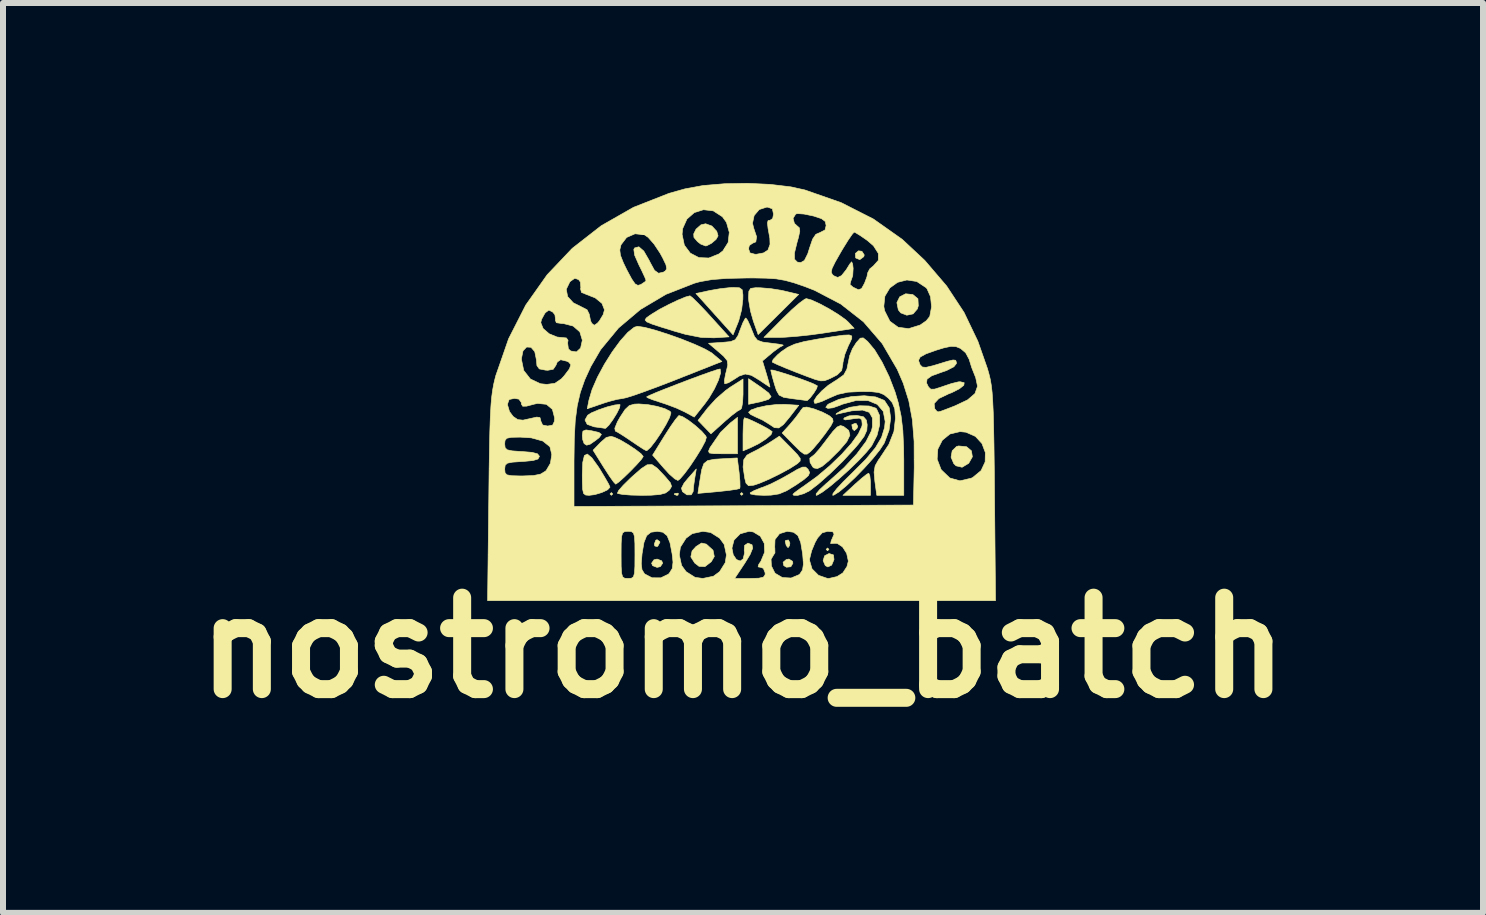
<source format=kicad_pcb>
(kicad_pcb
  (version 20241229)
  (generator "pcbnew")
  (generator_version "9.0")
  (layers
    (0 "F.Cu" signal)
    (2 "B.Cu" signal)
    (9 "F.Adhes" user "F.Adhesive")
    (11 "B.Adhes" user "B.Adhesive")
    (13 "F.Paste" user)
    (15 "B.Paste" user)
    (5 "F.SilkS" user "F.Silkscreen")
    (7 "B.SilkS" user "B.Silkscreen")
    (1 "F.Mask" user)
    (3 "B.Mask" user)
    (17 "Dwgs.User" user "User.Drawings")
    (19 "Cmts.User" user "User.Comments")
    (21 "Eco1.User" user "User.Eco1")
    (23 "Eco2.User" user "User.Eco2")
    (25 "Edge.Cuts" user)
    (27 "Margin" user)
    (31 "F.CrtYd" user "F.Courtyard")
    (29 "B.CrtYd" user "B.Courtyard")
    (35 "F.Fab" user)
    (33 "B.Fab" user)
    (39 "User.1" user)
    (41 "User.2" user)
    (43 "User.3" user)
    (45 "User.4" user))
  (footprint "nostromo_batch"
    (layer "F.Cu")
    (at 9.333 7.745)
    (property "Reference" "nostromo_batch" (at 0 0 0) (layer "F.SilkS") (effects (font (size 1.524 1.524) (thickness 0.3))))
    (attr through_hole)
    (fp_poly (pts (xy -2.171 -2.563) (xy -2.194 -2.54) (xy -2.217 -2.563) (xy -2.194 -2.586) (xy -2.171 -2.563)) (stroke (width 0.01) (type solid)) (fill yes) (layer "F.SilkS"))
    (fp_poly (pts (xy 0 -2.563) (xy -0.023 -2.54) (xy -0.046 -2.563) (xy -0.023 -2.586) (xy 0 -2.563)) (stroke (width 0.01) (type solid)) (fill yes) (layer "F.SilkS"))
    (fp_poly (pts (xy 1.432 -1.639) (xy 1.409 -1.616) (xy 1.385 -1.639) (xy 1.409 -1.663) (xy 1.432 -1.639)) (stroke (width 0.01) (type solid)) (fill yes) (layer "F.SilkS"))
    (fp_poly (pts (xy -1.078 -2.571) (xy -1.084 -2.543) (xy -1.108 -2.54) (xy -1.146 -2.557) (xy -1.139 -2.571) (xy -1.084 -2.576) (xy -1.078 -2.571)) (stroke (width 0.01) (type solid)) (fill yes) (layer "F.SilkS"))
    (fp_poly (pts (xy 0.781 -1.745) (xy 0.775 -1.702) (xy 0.75 -1.668) (xy 0.72 -1.703) (xy 0.703 -1.771) (xy 0.711 -1.789) (xy 0.757 -1.796) (xy 0.781 -1.745)) (stroke (width 0.01) (type solid)) (fill yes) (layer "F.SilkS"))
    (fp_poly (pts (xy 1.889 -3.734) (xy 1.912 -3.689) (xy 1.898 -3.655) (xy 1.854 -3.618) (xy 1.825 -3.647) (xy 1.813 -3.717) (xy 1.867 -3.739) (xy 1.889 -3.734)) (stroke (width 0.01) (type solid)) (fill yes) (layer "F.SilkS"))
    (fp_poly (pts (xy -1.387 -1.768) (xy -1.385 -1.758) (xy -1.419 -1.695) (xy -1.432 -1.686) (xy -1.471 -1.696) (xy -1.478 -1.729) (xy -1.454 -1.792) (xy -1.432 -1.801) (xy -1.387 -1.768)) (stroke (width 0.01) (type solid)) (fill yes) (layer "F.SilkS"))
    (fp_poly (pts (xy -1.356 -1.449) (xy -1.339 -1.409) (xy -1.378 -1.352) (xy -1.432 -1.339) (xy -1.507 -1.368) (xy -1.524 -1.409) (xy -1.485 -1.465) (xy -1.432 -1.478) (xy -1.356 -1.449)) (stroke (width 0.01) (type solid)) (fill yes) (layer "F.SilkS"))
    (fp_poly (pts (xy 0.306 -4.337) (xy 0.428 -4.245) (xy 0.468 -4.183) (xy 0.423 -4.139) (xy 0.291 -4.099) (xy 0.242 -4.089) (xy 0.092 -4.057) (xy 0.092 -4.484) (xy 0.306 -4.337)) (stroke (width 0.01) (type solid)) (fill yes) (layer "F.SilkS"))
    (fp_poly (pts (xy 0.824 -1.441) (xy 0.831 -1.409) (xy 0.797 -1.35) (xy 0.724 -1.342) (xy 0.679 -1.369) (xy 0.668 -1.425) (xy 0.721 -1.47) (xy 0.765 -1.478) (xy 0.824 -1.441)) (stroke (width 0.01) (type solid)) (fill yes) (layer "F.SilkS"))
    (fp_poly (pts (xy 1.981 -6.607) (xy 2.02 -6.547) (xy 2.012 -6.517) (xy 1.946 -6.468) (xy 1.882 -6.494) (xy 1.876 -6.502) (xy 1.873 -6.572) (xy 1.924 -6.615) (xy 1.981 -6.607)) (stroke (width 0.01) (type solid)) (fill yes) (layer "F.SilkS"))
    (fp_poly (pts (xy 1.507 -1.547) (xy 1.516 -1.47) (xy 1.477 -1.377) (xy 1.414 -1.347) (xy 1.371 -1.369) (xy 1.335 -1.452) (xy 1.36 -1.533) (xy 1.433 -1.57) (xy 1.435 -1.57) (xy 1.507 -1.547)) (stroke (width 0.01) (type solid)) (fill yes) (layer "F.SilkS"))
    (fp_poly (pts (xy 2.113 -2.868) (xy 2.124 -2.766) (xy 2.124 -2.725) (xy 2.124 -2.54) (xy 1.665 -2.54) (xy 1.865 -2.725) (xy 1.977 -2.824) (xy 2.062 -2.891) (xy 2.095 -2.909) (xy 2.113 -2.868)) (stroke (width 0.01) (type solid)) (fill yes) (layer "F.SilkS"))
    (fp_poly (pts (xy -0.092 -3.233) (xy -0.348 -3.233) (xy -0.493 -3.235) (xy -0.562 -3.246) (xy -0.575 -3.277) (xy -0.549 -3.337) (xy -0.549 -3.337) (xy -0.374 -3.591) (xy -0.211 -3.747) (xy -0.092 -3.84) (xy -0.092 -3.233)) (stroke (width 0.01) (type solid)) (fill yes) (layer "F.SilkS"))
    (fp_poly (pts (xy -0.805 -2.823) (xy -0.823 -2.697) (xy -0.831 -2.606) (xy -0.831 -2.603) (xy -0.863 -2.549) (xy -0.935 -2.548) (xy -1.009 -2.601) (xy -1.026 -2.659) (xy -0.983 -2.743) (xy -0.919 -2.82) (xy -0.779 -2.979) (xy -0.805 -2.823)) (stroke (width 0.01) (type solid)) (fill yes) (layer "F.SilkS"))
    (fp_poly (pts (xy -0.612 -1.727) (xy -0.5 -1.625) (xy -0.479 -1.52) (xy -0.529 -1.434) (xy -0.635 -1.352) (xy -0.734 -1.357) (xy -0.805 -1.412) (xy -0.87 -1.514) (xy -0.849 -1.614) (xy -0.782 -1.688) (xy -0.691 -1.745) (xy -0.612 -1.727)) (stroke (width 0.01) (type solid)) (fill yes) (layer "F.SilkS"))
    (fp_poly (pts (xy 2.83 -5.886) (xy 2.915 -5.816) (xy 2.921 -5.699) (xy 2.905 -5.646) (xy 2.834 -5.564) (xy 2.729 -5.542) (xy 2.628 -5.581) (xy 2.588 -5.631) (xy 2.564 -5.751) (xy 2.611 -5.848) (xy 2.71 -5.899) (xy 2.83 -5.886)) (stroke (width 0.01) (type solid)) (fill yes) (layer "F.SilkS"))
    (fp_poly (pts (xy 3.725 -3.35) (xy 3.806 -3.282) (xy 3.822 -3.182) (xy 3.761 -3.074) (xy 3.651 -3.008) (xy 3.55 -3.032) (xy 3.512 -3.069) (xy 3.467 -3.176) (xy 3.486 -3.283) (xy 3.559 -3.354) (xy 3.593 -3.363) (xy 3.725 -3.35)) (stroke (width 0.01) (type solid)) (fill yes) (layer "F.SilkS"))
    (fp_poly (pts (xy -2.528 -3.617) (xy -2.402 -3.588) (xy -2.36 -3.555) (xy -2.395 -3.505) (xy -2.448 -3.462) (xy -2.548 -3.392) (xy -2.606 -3.376) (xy -2.648 -3.402) (xy -2.672 -3.468) (xy -2.679 -3.539) (xy -2.668 -3.61) (xy -2.618 -3.63) (xy -2.528 -3.617)) (stroke (width 0.01) (type solid)) (fill yes) (layer "F.SilkS"))
    (fp_poly (pts (xy -0.519 -7.028) (xy -0.438 -6.94) (xy -0.416 -6.864) (xy -0.45 -6.805) (xy -0.528 -6.739) (xy -0.607 -6.699) (xy -0.623 -6.696) (xy -0.705 -6.727) (xy -0.759 -6.769) (xy -0.818 -6.838) (xy -0.822 -6.897) (xy -0.783 -6.976) (xy -0.701 -7.048) (xy -0.623 -7.066) (xy -0.519 -7.028)) (stroke (width 0.01) (type solid)) (fill yes) (layer "F.SilkS"))
    (fp_poly (pts (xy -0.06 -5.999) (xy -0.014 -5.966) (xy -0.002 -5.881) (xy -0.003 -5.807) (xy -0.023 -5.635) (xy -0.071 -5.452) (xy -0.086 -5.413) (xy -0.166 -5.215) (xy -0.475 -5.559) (xy -0.785 -5.904) (xy -0.552 -5.954) (xy -0.379 -5.984) (xy -0.215 -6.002) (xy -0.159 -6.004) (xy -0.06 -5.999)) (stroke (width 0.01) (type solid)) (fill yes) (layer "F.SilkS"))
    (fp_poly (pts (xy 0 -4.225) (xy -0.007 -4.086) (xy -0.024 -3.994) (xy -0.041 -3.972) (xy -0.094 -3.943) (xy -0.193 -3.868) (xy -0.309 -3.768) (xy -0.535 -3.565) (xy -0.75 -3.788) (xy -0.586 -3.999) (xy -0.449 -4.149) (xy -0.287 -4.29) (xy -0.211 -4.344) (xy 0 -4.478) (xy 0 -4.225)) (stroke (width 0.01) (type solid)) (fill yes) (layer "F.SilkS"))
    (fp_poly (pts (xy 0.289 -5.999) (xy 0.461 -5.985) (xy 0.651 -5.954) (xy 0.706 -5.941) (xy 0.927 -5.888) (xy 0.59 -5.554) (xy 0.252 -5.219) (xy 0.172 -5.444) (xy 0.124 -5.613) (xy 0.096 -5.779) (xy 0.092 -5.837) (xy 0.097 -5.941) (xy 0.128 -5.989) (xy 0.21 -6) (xy 0.289 -5.999)) (stroke (width 0.01) (type solid)) (fill yes) (layer "F.SilkS"))
    (fp_poly (pts (xy 0.086 -3.813) (xy 0.195 -3.764) (xy 0.319 -3.702) (xy 0.426 -3.643) (xy 0.484 -3.603) (xy 0.486 -3.6) (xy 0.467 -3.552) (xy 0.385 -3.481) (xy 0.261 -3.401) (xy 0.127 -3.335) (xy 0 -3.281) (xy 0 -3.557) (xy 0.004 -3.703) (xy 0.013 -3.803) (xy 0.024 -3.833) (xy 0.086 -3.813)) (stroke (width 0.01) (type solid)) (fill yes) (layer "F.SilkS"))
    (fp_poly (pts (xy -0.065 -2.919) (xy -0.052 -2.779) (xy -0.05 -2.681) (xy -0.055 -2.654) (xy -0.107 -2.641) (xy -0.227 -2.623) (xy -0.39 -2.605) (xy -0.413 -2.603) (xy -0.752 -2.572) (xy -0.718 -2.793) (xy -0.689 -2.966) (xy -0.653 -3.068) (xy -0.59 -3.119) (xy -0.479 -3.141) (xy -0.368 -3.148) (xy -0.096 -3.163) (xy -0.065 -2.919)) (stroke (width 0.01) (type solid)) (fill yes) (layer "F.SilkS"))
    (fp_poly (pts (xy 0.708 -4.055) (xy 0.929 -4.041) (xy 0.778 -3.845) (xy 0.673 -3.719) (xy 0.596 -3.663) (xy 0.523 -3.668) (xy 0.439 -3.724) (xy 0.323 -3.795) (xy 0.219 -3.842) (xy 0.129 -3.886) (xy 0.092 -3.924) (xy 0.134 -3.963) (xy 0.242 -4.002) (xy 0.391 -4.034) (xy 0.553 -4.053) (xy 0.705 -4.056) (xy 0.708 -4.055)) (stroke (width 0.01) (type solid)) (fill yes) (layer "F.SilkS"))
    (fp_poly (pts (xy -2.519 -3.165) (xy -2.412 -3.016) (xy -2.382 -2.969) (xy -2.299 -2.831) (xy -2.239 -2.726) (xy -2.217 -2.676) (xy -2.256 -2.633) (xy -2.353 -2.587) (xy -2.471 -2.552) (xy -2.565 -2.54) (xy -2.623 -2.545) (xy -2.657 -2.571) (xy -2.673 -2.64) (xy -2.678 -2.769) (xy -2.679 -2.886) (xy -2.671 -3.09) (xy -2.644 -3.203) (xy -2.595 -3.228) (xy -2.519 -3.165)) (stroke (width 0.01) (type solid)) (fill yes) (layer "F.SilkS"))
    (fp_poly (pts (xy -2.049 -4.05) (xy -2.057 -4.001) (xy -2.103 -3.908) (xy -2.169 -3.801) (xy -2.237 -3.708) (xy -2.289 -3.658) (xy -2.298 -3.656) (xy -2.364 -3.666) (xy -2.476 -3.681) (xy -2.482 -3.682) (xy -2.597 -3.723) (xy -2.634 -3.795) (xy -2.589 -3.875) (xy -2.528 -3.914) (xy -2.4 -3.968) (xy -2.26 -4.015) (xy -2.136 -4.046) (xy -2.059 -4.054) (xy -2.049 -4.05)) (stroke (width 0.01) (type solid)) (fill yes) (layer "F.SilkS"))
    (fp_poly (pts (xy 1.141 -5.795) (xy 1.277 -5.733) (xy 1.435 -5.648) (xy 1.588 -5.554) (xy 1.709 -5.468) (xy 1.753 -5.428) (xy 1.852 -5.323) (xy 1.368 -5.248) (xy 1.131 -5.215) (xy 0.896 -5.19) (xy 0.697 -5.175) (xy 0.616 -5.172) (xy 0.349 -5.172) (xy 0.67 -5.496) (xy 0.813 -5.634) (xy 0.937 -5.742) (xy 1.026 -5.807) (xy 1.054 -5.819) (xy 1.141 -5.795)) (stroke (width 0.01) (type solid)) (fill yes) (layer "F.SilkS"))
    (fp_poly (pts (xy -2.144 -3.508) (xy -2.038 -3.458) (xy -1.911 -3.383) (xy -1.789 -3.302) (xy -1.698 -3.231) (xy -1.663 -3.187) (xy -1.693 -3.141) (xy -1.77 -3.054) (xy -1.872 -2.948) (xy -1.979 -2.844) (xy -2.069 -2.763) (xy -2.12 -2.727) (xy -2.123 -2.727) (xy -2.158 -2.764) (xy -2.226 -2.86) (xy -2.314 -2.996) (xy -2.323 -3.01) (xy -2.499 -3.292) (xy -2.375 -3.421) (xy -2.28 -3.504) (xy -2.201 -3.523) (xy -2.144 -3.508)) (stroke (width 0.01) (type solid)) (fill yes) (layer "F.SilkS"))
    (fp_poly (pts (xy -0.842 -5.833) (xy -0.753 -5.746) (xy -0.632 -5.62) (xy -0.543 -5.523) (xy -0.233 -5.181) (xy -0.483 -5.165) (xy -0.7 -5.172) (xy -0.956 -5.222) (xy -1.128 -5.271) (xy -1.361 -5.343) (xy -1.516 -5.394) (xy -1.604 -5.431) (xy -1.632 -5.462) (xy -1.613 -5.495) (xy -1.555 -5.538) (xy -1.509 -5.568) (xy -1.388 -5.642) (xy -1.236 -5.721) (xy -1.083 -5.794) (xy -0.956 -5.846) (xy -0.884 -5.865) (xy -0.842 -5.833)) (stroke (width 0.01) (type solid)) (fill yes) (layer "F.SilkS"))
    (fp_poly (pts (xy 1.674 -3.689) (xy 1.761 -3.622) (xy 1.781 -3.541) (xy 1.73 -3.435) (xy 1.607 -3.291) (xy 1.588 -3.272) (xy 1.43 -3.116) (xy 1.318 -3.023) (xy 1.24 -2.986) (xy 1.183 -2.996) (xy 1.162 -3.013) (xy 1.117 -3.089) (xy 1.113 -3.159) (xy 1.148 -3.187) (xy 1.192 -3.221) (xy 1.273 -3.313) (xy 1.374 -3.443) (xy 1.387 -3.461) (xy 1.495 -3.602) (xy 1.569 -3.679) (xy 1.624 -3.703) (xy 1.674 -3.689)) (stroke (width 0.01) (type solid)) (fill yes) (layer "F.SilkS"))
    (fp_poly (pts (xy -1.431 -2.993) (xy -1.314 -2.87) (xy -1.287 -2.84) (xy -1.21 -2.748) (xy -1.191 -2.689) (xy -1.223 -2.633) (xy -1.235 -2.621) (xy -1.292 -2.579) (xy -1.384 -2.554) (xy -1.533 -2.542) (xy -1.69 -2.54) (xy -1.868 -2.544) (xy -2.008 -2.555) (xy -2.086 -2.57) (xy -2.094 -2.575) (xy -2.073 -2.62) (xy -1.996 -2.708) (xy -1.879 -2.823) (xy -1.842 -2.857) (xy -1.697 -2.984) (xy -1.598 -3.049) (xy -1.517 -3.052) (xy -1.431 -2.993)) (stroke (width 0.01) (type solid)) (fill yes) (layer "F.SilkS"))
    (fp_poly (pts (xy -1.007 -3.851) (xy -0.906 -3.788) (xy -0.792 -3.7) (xy -0.688 -3.607) (xy -0.622 -3.531) (xy -0.611 -3.507) (xy -0.63 -3.441) (xy -0.691 -3.325) (xy -0.779 -3.182) (xy -0.877 -3.034) (xy -0.973 -2.904) (xy -1.05 -2.814) (xy -1.085 -2.788) (xy -1.137 -2.814) (xy -1.227 -2.893) (xy -1.319 -2.993) (xy -1.507 -3.21) (xy -1.307 -3.533) (xy -1.21 -3.684) (xy -1.128 -3.801) (xy -1.075 -3.864) (xy -1.067 -3.87) (xy -1.007 -3.851)) (stroke (width 0.01) (type solid)) (fill yes) (layer "F.SilkS"))
    (fp_poly (pts (xy -0.374 -4.58) (xy -0.409 -4.461) (xy -0.477 -4.314) (xy -0.566 -4.163) (xy -0.634 -4.069) (xy -0.813 -3.844) (xy -0.972 -3.93) (xy -1.112 -3.995) (xy -1.289 -4.061) (xy -1.377 -4.09) (xy -1.508 -4.133) (xy -1.591 -4.167) (xy -1.607 -4.181) (xy -1.556 -4.207) (xy -1.439 -4.257) (xy -1.276 -4.322) (xy -1.085 -4.396) (xy -0.886 -4.472) (xy -0.697 -4.542) (xy -0.537 -4.599) (xy -0.426 -4.636) (xy -0.381 -4.646) (xy -0.374 -4.58)) (stroke (width 0.01) (type solid)) (fill yes) (layer "F.SilkS"))
    (fp_poly (pts (xy 0.799 -3.331) (xy 0.905 -3.221) (xy 0.953 -3.155) (xy 0.952 -3.112) (xy 0.909 -3.071) (xy 0.901 -3.065) (xy 0.783 -2.989) (xy 0.617 -2.899) (xy 0.436 -2.81) (xy 0.274 -2.741) (xy 0.179 -2.709) (xy 0.092 -2.7) (xy 0.049 -2.744) (xy 0.029 -2.823) (xy 0.001 -3.011) (xy 0.012 -3.133) (xy 0.065 -3.209) (xy 0.127 -3.244) (xy 0.248 -3.305) (xy 0.392 -3.388) (xy 0.43 -3.412) (xy 0.606 -3.526) (xy 0.799 -3.331)) (stroke (width 0.01) (type solid)) (fill yes) (layer "F.SilkS"))
    (fp_poly (pts (xy 1.043 -3.011) (xy 1.081 -2.977) (xy 1.087 -2.968) (xy 1.11 -2.92) (xy 1.091 -2.871) (xy 1.018 -2.806) (xy 0.885 -2.714) (xy 0.727 -2.617) (xy 0.601 -2.564) (xy 0.465 -2.543) (xy 0.349 -2.54) (xy 0.205 -2.546) (xy 0.125 -2.562) (xy 0.118 -2.581) (xy 0.188 -2.621) (xy 0.305 -2.667) (xy 0.328 -2.674) (xy 0.458 -2.727) (xy 0.624 -2.811) (xy 0.762 -2.888) (xy 0.905 -2.972) (xy 0.992 -3.011) (xy 1.043 -3.011)) (stroke (width 0.01) (type solid)) (fill yes) (layer "F.SilkS"))
    (fp_poly (pts (xy 0.502 -4.626) (xy 0.603 -4.598) (xy 0.745 -4.554) (xy 0.902 -4.501) (xy 1.052 -4.447) (xy 1.171 -4.4) (xy 1.235 -4.367) (xy 1.239 -4.365) (xy 1.227 -4.321) (xy 1.179 -4.243) (xy 1.118 -4.164) (xy 1.07 -4.12) (xy 1.062 -4.119) (xy 1.007 -4.127) (xy 0.891 -4.142) (xy 0.813 -4.152) (xy 0.677 -4.173) (xy 0.602 -4.21) (xy 0.557 -4.288) (xy 0.525 -4.387) (xy 0.488 -4.517) (xy 0.466 -4.609) (xy 0.463 -4.629) (xy 0.502 -4.626)) (stroke (width 0.01) (type solid)) (fill yes) (layer "F.SilkS"))
    (fp_poly (pts (xy -1.588 -4.052) (xy -1.433 -4.023) (xy -1.3 -3.983) (xy -1.216 -3.94) (xy -1.201 -3.915) (xy -1.224 -3.837) (xy -1.285 -3.718) (xy -1.368 -3.58) (xy -1.458 -3.447) (xy -1.54 -3.341) (xy -1.6 -3.287) (xy -1.612 -3.284) (xy -1.662 -3.311) (xy -1.762 -3.376) (xy -1.858 -3.441) (xy -1.986 -3.527) (xy -2.087 -3.59) (xy -2.128 -3.611) (xy -2.137 -3.658) (xy -2.094 -3.764) (xy -2.048 -3.845) (xy -1.965 -3.971) (xy -1.895 -4.036) (xy -1.81 -4.06) (xy -1.737 -4.063) (xy -1.588 -4.052)) (stroke (width 0.01) (type solid)) (fill yes) (layer "F.SilkS"))
    (fp_poly (pts (xy 1.178 -3.982) (xy 1.184 -3.98) (xy 1.323 -3.927) (xy 1.435 -3.868) (xy 1.449 -3.858) (xy 1.493 -3.816) (xy 1.501 -3.771) (xy 1.464 -3.699) (xy 1.378 -3.578) (xy 1.372 -3.569) (xy 1.267 -3.433) (xy 1.17 -3.318) (xy 1.121 -3.267) (xy 1.068 -3.227) (xy 1.02 -3.227) (xy 0.953 -3.275) (xy 0.846 -3.381) (xy 0.843 -3.384) (xy 0.652 -3.579) (xy 0.783 -3.724) (xy 0.877 -3.837) (xy 0.949 -3.934) (xy 0.96 -3.952) (xy 1.001 -4.003) (xy 1.063 -4.011) (xy 1.178 -3.982)) (stroke (width 0.01) (type solid)) (fill yes) (layer "F.SilkS"))
    (fp_poly (pts (xy -1.638 -5.339) (xy -1.458 -5.291) (xy -1.243 -5.222) (xy -1.017 -5.141) (xy -0.805 -5.056) (xy -0.631 -4.976) (xy -0.518 -4.911) (xy -0.511 -4.904) (xy -0.352 -4.771) (xy -1.128 -4.464) (xy -1.384 -4.365) (xy -1.616 -4.279) (xy -1.807 -4.211) (xy -1.943 -4.168) (xy -2.003 -4.155) (xy -2.101 -4.139) (xy -2.246 -4.101) (xy -2.348 -4.068) (xy -2.596 -3.983) (xy -2.568 -4.127) (xy -2.515 -4.305) (xy -2.426 -4.509) (xy -2.311 -4.723) (xy -2.181 -4.93) (xy -2.047 -5.113) (xy -1.921 -5.255) (xy -1.813 -5.341) (xy -1.759 -5.357) (xy -1.638 -5.339)) (stroke (width 0.01) (type solid)) (fill yes) (layer "F.SilkS"))
    (fp_poly (pts (xy 1.812 -5.196) (xy 1.812 -5.154) (xy 1.781 -5.085) (xy 1.756 -5.036) (xy 1.697 -4.89) (xy 1.665 -4.752) (xy 1.663 -4.721) (xy 1.644 -4.621) (xy 1.571 -4.549) (xy 1.499 -4.511) (xy 1.417 -4.472) (xy 1.356 -4.45) (xy 1.292 -4.448) (xy 1.206 -4.47) (xy 1.075 -4.518) (xy 0.892 -4.588) (xy 0.719 -4.657) (xy 0.581 -4.715) (xy 0.498 -4.754) (xy 0.486 -4.763) (xy 0.502 -4.805) (xy 0.575 -4.881) (xy 0.636 -4.933) (xy 0.742 -5.006) (xy 0.862 -5.06) (xy 1.02 -5.103) (xy 1.243 -5.144) (xy 1.261 -5.147) (xy 1.506 -5.186) (xy 1.671 -5.209) (xy 1.769 -5.213) (xy 1.812 -5.196)) (stroke (width 0.01) (type solid)) (fill yes) (layer "F.SilkS"))
    (fp_poly (pts (xy 1.899 -3.871) (xy 2.008 -3.849) (xy 2.055 -3.794) (xy 2.069 -3.716) (xy 2.063 -3.623) (xy 2.018 -3.523) (xy 1.923 -3.395) (xy 1.861 -3.323) (xy 1.664 -3.11) (xy 1.455 -2.906) (xy 1.258 -2.731) (xy 1.11 -2.617) (xy 1.013 -2.568) (xy 0.913 -2.54) (xy 0.844 -2.541) (xy 0.831 -2.557) (xy 0.866 -2.59) (xy 0.954 -2.654) (xy 1.007 -2.69) (xy 1.231 -2.852) (xy 1.447 -3.034) (xy 1.643 -3.223) (xy 1.806 -3.405) (xy 1.923 -3.566) (xy 1.982 -3.693) (xy 1.986 -3.726) (xy 1.978 -3.801) (xy 1.939 -3.827) (xy 1.841 -3.817) (xy 1.813 -3.812) (xy 1.705 -3.797) (xy 1.676 -3.811) (xy 1.691 -3.833) (xy 1.77 -3.865) (xy 1.89 -3.872) (xy 1.899 -3.871)) (stroke (width 0.01) (type solid)) (fill yes) (layer "F.SilkS"))
    (fp_poly (pts (xy 2.1 -4.029) (xy 2.211 -3.994) (xy 2.225 -3.982) (xy 2.275 -3.872) (xy 2.277 -3.715) (xy 2.233 -3.539) (xy 2.147 -3.371) (xy 2.145 -3.367) (xy 2.054 -3.256) (xy 1.923 -3.117) (xy 1.768 -2.967) (xy 1.605 -2.82) (xy 1.452 -2.691) (xy 1.323 -2.594) (xy 1.237 -2.544) (xy 1.22 -2.54) (xy 1.219 -2.566) (xy 1.278 -2.636) (xy 1.386 -2.736) (xy 1.422 -2.766) (xy 1.683 -3.001) (xy 1.895 -3.229) (xy 2.051 -3.438) (xy 2.141 -3.617) (xy 2.156 -3.683) (xy 2.156 -3.831) (xy 2.104 -3.923) (xy 1.991 -3.961) (xy 1.811 -3.948) (xy 1.616 -3.905) (xy 1.549 -3.889) (xy 1.557 -3.904) (xy 1.639 -3.953) (xy 1.78 -4.007) (xy 1.945 -4.033) (xy 2.1 -4.029)) (stroke (width 0.01) (type solid)) (fill yes) (layer "F.SilkS"))
    (fp_poly (pts (xy 2.21 -4.18) (xy 2.348 -4.125) (xy 2.358 -4.118) (xy 2.436 -3.999) (xy 2.461 -3.827) (xy 2.433 -3.623) (xy 2.354 -3.412) (xy 2.281 -3.3) (xy 2.166 -3.156) (xy 2.025 -2.999) (xy 1.874 -2.843) (xy 1.727 -2.704) (xy 1.603 -2.6) (xy 1.515 -2.545) (xy 1.495 -2.54) (xy 1.499 -2.569) (xy 1.56 -2.648) (xy 1.669 -2.765) (xy 1.815 -2.909) (xy 1.816 -2.91) (xy 2.046 -3.14) (xy 2.207 -3.334) (xy 2.309 -3.506) (xy 2.359 -3.67) (xy 2.369 -3.77) (xy 2.337 -3.939) (xy 2.237 -4.056) (xy 2.083 -4.119) (xy 1.886 -4.121) (xy 1.658 -4.059) (xy 1.613 -4.04) (xy 1.498 -3.999) (xy 1.414 -3.989) (xy 1.379 -4.007) (xy 1.41 -4.051) (xy 1.433 -4.066) (xy 1.601 -4.141) (xy 1.807 -4.186) (xy 2.019 -4.2) (xy 2.21 -4.18)) (stroke (width 0.01) (type solid)) (fill yes) (layer "F.SilkS"))
    (fp_poly (pts (xy 0.077 -5.456) (xy 0.122 -5.357) (xy 0.145 -5.299) (xy 0.191 -5.186) (xy 0.242 -5.124) (xy 0.328 -5.094) (xy 0.466 -5.076) (xy 0.594 -5.06) (xy 0.665 -5.046) (xy 0.67 -5.04) (xy 0.608 -5.007) (xy 0.509 -4.935) (xy 0.474 -4.906) (xy 0.324 -4.78) (xy 0.391 -4.56) (xy 0.427 -4.436) (xy 0.447 -4.357) (xy 0.448 -4.344) (xy 0.408 -4.369) (xy 0.318 -4.429) (xy 0.277 -4.457) (xy 0.139 -4.54) (xy 0.036 -4.562) (xy -0.066 -4.527) (xy -0.146 -4.475) (xy -0.241 -4.417) (xy -0.301 -4.399) (xy -0.306 -4.401) (xy -0.31 -4.456) (xy -0.29 -4.565) (xy -0.28 -4.602) (xy -0.254 -4.712) (xy -0.264 -4.786) (xy -0.323 -4.858) (xy -0.402 -4.927) (xy -0.575 -5.074) (xy -0.345 -5.089) (xy -0.207 -5.102) (xy -0.13 -5.133) (xy -0.083 -5.204) (xy -0.048 -5.299) (xy -0.002 -5.417) (xy 0.036 -5.487) (xy 0.047 -5.496) (xy 0.077 -5.456)) (stroke (width 0.01) (type solid)) (fill yes) (layer "F.SilkS"))
    (fp_poly (pts (xy 2.076 -5.105) (xy 2.077 -5.104) (xy 2.193 -4.965) (xy 2.317 -4.761) (xy 2.435 -4.518) (xy 2.534 -4.261) (xy 2.586 -4.087) (xy 2.634 -3.864) (xy 2.663 -3.624) (xy 2.676 -3.338) (xy 2.679 -3.133) (xy 2.679 -2.54) (xy 2.229 -2.54) (xy 2.197 -2.775) (xy 2.184 -2.928) (xy 2.202 -3.033) (xy 2.258 -3.131) (xy 2.277 -3.156) (xy 2.431 -3.39) (xy 2.515 -3.604) (xy 2.54 -3.823) (xy 2.529 -3.98) (xy 2.487 -4.085) (xy 2.421 -4.16) (xy 2.345 -4.22) (xy 2.258 -4.254) (xy 2.133 -4.268) (xy 1.97 -4.27) (xy 1.747 -4.259) (xy 1.577 -4.222) (xy 1.44 -4.163) (xy 1.314 -4.105) (xy 1.219 -4.075) (xy 1.192 -4.075) (xy 1.182 -4.114) (xy 1.228 -4.189) (xy 1.314 -4.282) (xy 1.421 -4.374) (xy 1.531 -4.445) (xy 1.546 -4.453) (xy 1.679 -4.547) (xy 1.731 -4.643) (xy 1.76 -4.783) (xy 1.777 -4.866) (xy 1.824 -4.984) (xy 1.888 -5.085) (xy 1.954 -5.159) (xy 2.003 -5.164) (xy 2.076 -5.105)) (stroke (width 0.01) (type solid)) (fill yes) (layer "F.SilkS"))
    (fp_poly (pts (xy 0.454 -7.722) (xy 0.797 -7.681) (xy 1.031 -7.629) (xy 1.635 -7.418) (xy 2.173 -7.145) (xy 2.653 -6.806) (xy 3.028 -6.456) (xy 3.393 -6.029) (xy 3.684 -5.587) (xy 3.914 -5.107) (xy 4.072 -4.656) (xy 4.098 -4.565) (xy 4.12 -4.475) (xy 4.137 -4.376) (xy 4.151 -4.257) (xy 4.161 -4.109) (xy 4.17 -3.92) (xy 4.176 -3.681) (xy 4.182 -3.38) (xy 4.187 -3.008) (xy 4.191 -2.555) (xy 4.191 -2.552) (xy 4.208 -0.785) (xy -4.257 -0.785) (xy -4.248 -1.547) (xy -2.032 -1.547) (xy -2.031 -1.357) (xy -2.024 -1.241) (xy -2.006 -1.181) (xy -1.972 -1.158) (xy -1.917 -1.155) (xy -1.861 -1.158) (xy -1.827 -1.181) (xy -1.809 -1.242) (xy -1.802 -1.359) (xy -1.802 -1.402) (xy -1.696 -1.402) (xy -1.684 -1.301) (xy -1.643 -1.234) (xy -1.639 -1.23) (xy -1.517 -1.166) (xy -1.371 -1.165) (xy -1.244 -1.226) (xy -1.228 -1.243) (xy -1.179 -1.321) (xy -1.167 -1.426) (xy -1.179 -1.547) (xy -1.062 -1.547) (xy -1.024 -1.371) (xy -0.949 -1.268) (xy -0.799 -1.173) (xy -0.67 -1.155) (xy -0.493 -1.192) (xy -0.39 -1.268) (xy -0.296 -1.418) (xy -0.277 -1.547) (xy -0.301 -1.661) (xy -0.185 -1.661) (xy -0.163 -1.548) (xy -0.11 -1.47) (xy -0.046 -1.445) (xy 0.002 -1.481) (xy 0.026 -1.581) (xy 0.02 -1.624) (xy 0.026 -1.706) (xy 0.082 -1.743) (xy 0.15 -1.716) (xy 0.161 -1.659) (xy 0.118 -1.554) (xy 0.03 -1.41) (xy -0.139 -1.155) (xy 0.115 -1.155) (xy 0.262 -1.159) (xy 0.339 -1.176) (xy 0.367 -1.214) (xy 0.369 -1.247) (xy 0.339 -1.323) (xy 0.298 -1.339) (xy 0.251 -1.348) (xy 0.262 -1.389) (xy 0.298 -1.442) (xy 0.311 -1.474) (xy 0.467 -1.474) (xy 0.473 -1.363) (xy 0.527 -1.253) (xy 0.538 -1.239) (xy 0.656 -1.17) (xy 0.801 -1.162) (xy 0.93 -1.216) (xy 0.948 -1.231) (xy 0.992 -1.297) (xy 1.006 -1.392) (xy 1.002 -1.457) (xy 1.108 -1.457) (xy 1.15 -1.315) (xy 1.258 -1.207) (xy 1.405 -1.156) (xy 1.432 -1.155) (xy 1.567 -1.186) (xy 1.663 -1.247) (xy 1.732 -1.353) (xy 1.755 -1.444) (xy 1.727 -1.574) (xy 1.658 -1.681) (xy 1.57 -1.739) (xy 1.519 -1.74) (xy 1.46 -1.736) (xy 1.47 -1.785) (xy 1.479 -1.803) (xy 1.518 -1.894) (xy 1.495 -1.933) (xy 1.409 -1.94) (xy 1.319 -1.915) (xy 1.243 -1.83) (xy 1.202 -1.757) (xy 1.143 -1.615) (xy 1.111 -1.486) (xy 1.108 -1.457) (xy 1.002 -1.457) (xy 0.995 -1.545) (xy 0.993 -1.566) (xy 0.961 -1.756) (xy 0.914 -1.87) (xy 0.841 -1.925) (xy 0.735 -1.94) (xy 0.609 -1.901) (xy 0.533 -1.804) (xy 0.528 -1.674) (xy 0.53 -1.665) (xy 0.532 -1.58) (xy 0.51 -1.548) (xy 0.467 -1.474) (xy 0.311 -1.474) (xy 0.36 -1.592) (xy 0.354 -1.739) (xy 0.288 -1.859) (xy 0.171 -1.93) (xy 0.1 -1.94) (xy -0.047 -1.899) (xy -0.15 -1.795) (xy -0.185 -1.661) (xy -0.301 -1.661) (xy -0.315 -1.723) (xy -0.39 -1.826) (xy -0.54 -1.921) (xy -0.67 -1.94) (xy -0.846 -1.902) (xy -0.949 -1.826) (xy -1.044 -1.676) (xy -1.062 -1.547) (xy -1.179 -1.547) (xy -1.18 -1.555) (xy -1.217 -1.749) (xy -1.265 -1.867) (xy -1.336 -1.925) (xy -1.428 -1.94) (xy -1.535 -1.925) (xy -1.606 -1.868) (xy -1.651 -1.754) (xy -1.683 -1.565) (xy -1.696 -1.402) (xy -1.802 -1.402) (xy -1.801 -1.547) (xy -1.802 -1.737) (xy -1.809 -1.853) (xy -1.827 -1.913) (xy -1.861 -1.936) (xy -1.917 -1.94) (xy -1.972 -1.936) (xy -2.007 -1.913) (xy -2.024 -1.852) (xy -2.031 -1.736) (xy -2.032 -1.547) (xy -4.248 -1.547) (xy -4.237 -2.482) (xy -4.232 -2.931) (xy -4.226 -3.298) (xy -4.224 -3.397) (xy -3.972 -3.397) (xy -3.965 -3.334) (xy -3.931 -3.299) (xy -3.849 -3.281) (xy -3.697 -3.27) (xy -3.683 -3.27) (xy -3.516 -3.256) (xy -3.425 -3.232) (xy -3.395 -3.193) (xy -3.394 -3.187) (xy -3.418 -3.145) (xy -3.5 -3.12) (xy -3.656 -3.105) (xy -3.683 -3.104) (xy -3.841 -3.093) (xy -3.927 -3.076) (xy -3.964 -3.042) (xy -3.972 -2.982) (xy -3.972 -2.977) (xy -3.966 -2.916) (xy -3.936 -2.882) (xy -3.859 -2.867) (xy -3.716 -2.863) (xy -3.671 -2.863) (xy -3.49 -2.87) (xy -3.373 -2.894) (xy -3.294 -2.942) (xy -3.279 -2.956) (xy -3.21 -3.074) (xy -3.205 -3.107) (xy -2.817 -3.107) (xy -2.817 -2.355) (xy 2.84 -2.378) (xy 2.853 -3.01) (xy 2.852 -3.142) (xy 3.235 -3.142) (xy 3.299 -2.975) (xy 3.307 -2.963) (xy 3.447 -2.829) (xy 3.615 -2.782) (xy 3.802 -2.825) (xy 3.829 -2.838) (xy 3.967 -2.952) (xy 4.035 -3.097) (xy 4.038 -3.254) (xy 3.982 -3.403) (xy 3.873 -3.522) (xy 3.715 -3.592) (xy 3.617 -3.602) (xy 3.448 -3.562) (xy 3.321 -3.458) (xy 3.246 -3.31) (xy 3.235 -3.142) (xy 2.852 -3.142) (xy 2.851 -3.438) (xy 2.822 -3.798) (xy 2.763 -4.114) (xy 2.67 -4.409) (xy 2.57 -4.64) (xy 2.483 -4.789) (xy 2.924 -4.789) (xy 2.949 -4.72) (xy 2.953 -4.713) (xy 2.989 -4.678) (xy 3.05 -4.673) (xy 3.161 -4.699) (xy 3.245 -4.724) (xy 3.407 -4.774) (xy 3.5 -4.796) (xy 3.543 -4.791) (xy 3.555 -4.76) (xy 3.556 -4.736) (xy 3.513 -4.682) (xy 3.396 -4.622) (xy 3.302 -4.589) (xy 3.145 -4.532) (xy 3.067 -4.477) (xy 3.058 -4.413) (xy 3.091 -4.345) (xy 3.129 -4.309) (xy 3.194 -4.31) (xy 3.312 -4.348) (xy 3.334 -4.356) (xy 3.474 -4.403) (xy 3.589 -4.431) (xy 3.619 -4.433) (xy 3.686 -4.417) (xy 3.679 -4.374) (xy 3.606 -4.316) (xy 3.48 -4.252) (xy 3.425 -4.231) (xy 3.263 -4.153) (xy 3.185 -4.069) (xy 3.195 -3.983) (xy 3.217 -3.956) (xy 3.234 -3.938) (xy 3.253 -3.931) (xy 3.296 -3.941) (xy 3.382 -3.973) (xy 3.534 -4.032) (xy 3.534 -4.032) (xy 3.743 -4.131) (xy 3.865 -4.236) (xy 3.908 -4.358) (xy 3.877 -4.505) (xy 3.867 -4.528) (xy 3.811 -4.669) (xy 3.771 -4.798) (xy 3.769 -4.806) (xy 3.71 -4.916) (xy 3.625 -4.988) (xy 3.548 -5.019) (xy 3.464 -5.023) (xy 3.344 -4.997) (xy 3.223 -4.96) (xy 3.049 -4.898) (xy 2.953 -4.845) (xy 2.924 -4.789) (xy 2.483 -4.789) (xy 2.319 -5.07) (xy 2.007 -5.432) (xy 1.679 -5.689) (xy 2.346 -5.689) (xy 2.36 -5.615) (xy 2.448 -5.441) (xy 2.586 -5.341) (xy 2.759 -5.318) (xy 2.952 -5.378) (xy 3.054 -5.449) (xy 3.112 -5.521) (xy 3.142 -5.682) (xy 3.125 -5.85) (xy 3.066 -5.983) (xy 3.049 -6.002) (xy 2.895 -6.104) (xy 2.731 -6.129) (xy 2.576 -6.09) (xy 2.447 -5.997) (xy 2.364 -5.859) (xy 2.346 -5.689) (xy 1.679 -5.689) (xy 1.631 -5.727) (xy 1.191 -5.957) (xy 1.024 -6.022) (xy 0.845 -6.083) (xy 0.698 -6.123) (xy 0.554 -6.148) (xy 0.385 -6.159) (xy 0.164 -6.163) (xy 0.046 -6.162) (xy -0.27 -6.155) (xy -0.517 -6.136) (xy -0.716 -6.101) (xy -0.808 -6.076) (xy -1.284 -5.89) (xy -1.709 -5.638) (xy -2.075 -5.329) (xy -2.373 -4.968) (xy -2.537 -4.686) (xy -2.638 -4.465) (xy -2.712 -4.255) (xy -2.763 -4.035) (xy -2.796 -3.786) (xy -2.812 -3.486) (xy -2.817 -3.115) (xy -2.817 -3.107) (xy -3.205 -3.107) (xy -3.187 -3.219) (xy -3.217 -3.345) (xy -3.222 -3.353) (xy -3.337 -3.445) (xy -3.529 -3.498) (xy -3.715 -3.51) (xy -3.861 -3.507) (xy -3.938 -3.491) (xy -3.967 -3.453) (xy -3.972 -3.397) (xy -4.224 -3.397) (xy -4.22 -3.595) (xy -4.212 -3.831) (xy -4.202 -4.019) (xy -4.2 -4.048) (xy -3.925 -4.048) (xy -3.892 -3.936) (xy -3.831 -3.854) (xy -3.754 -3.802) (xy -3.667 -3.793) (xy -3.554 -3.818) (xy -3.438 -3.844) (xy -3.385 -3.837) (xy -3.371 -3.792) (xy -3.371 -3.78) (xy -3.34 -3.712) (xy -3.256 -3.695) (xy -3.173 -3.71) (xy -3.143 -3.774) (xy -3.14 -3.83) (xy -3.177 -3.973) (xy -3.277 -4.057) (xy -3.424 -4.072) (xy -3.479 -4.06) (xy -3.608 -4.026) (xy -3.672 -4.025) (xy -3.693 -4.059) (xy -3.695 -4.087) (xy -3.735 -4.143) (xy -3.81 -4.156) (xy -3.898 -4.137) (xy -3.925 -4.062) (xy -3.925 -4.048) (xy -4.2 -4.048) (xy -4.19 -4.168) (xy -4.174 -4.289) (xy -4.155 -4.394) (xy -4.131 -4.494) (xy -4.121 -4.533) (xy -4.024 -4.811) (xy -3.694 -4.811) (xy -3.655 -4.621) (xy -3.544 -4.479) (xy -3.376 -4.4) (xy -3.271 -4.389) (xy -3.135 -4.407) (xy -3.027 -4.481) (xy -2.983 -4.529) (xy -2.894 -4.646) (xy -2.869 -4.717) (xy -2.905 -4.76) (xy -2.936 -4.775) (xy -3.039 -4.8) (xy -3.095 -4.763) (xy -3.118 -4.708) (xy -3.163 -4.641) (xy -3.255 -4.624) (xy -3.294 -4.627) (xy -3.395 -4.647) (xy -3.435 -4.702) (xy -3.443 -4.796) (xy -3.471 -4.935) (xy -3.533 -5.007) (xy -3.606 -5.012) (xy -3.667 -4.948) (xy -3.694 -4.813) (xy -3.694 -4.811) (xy -4.024 -4.811) (xy -3.907 -5.149) (xy -3.77 -5.418) (xy -3.371 -5.418) (xy -3.331 -5.319) (xy -3.23 -5.232) (xy -3.101 -5.179) (xy -3.043 -5.172) (xy -2.944 -5.163) (xy -2.916 -5.124) (xy -2.923 -5.08) (xy -2.911 -4.982) (xy -2.871 -4.945) (xy -2.776 -4.93) (xy -2.707 -4.994) (xy -2.679 -5.121) (xy -2.679 -5.129) (xy -2.72 -5.264) (xy -2.831 -5.361) (xy -2.993 -5.403) (xy -3.017 -5.403) (xy -3.111 -5.417) (xy -3.128 -5.461) (xy -3.125 -5.469) (xy -3.135 -5.549) (xy -3.171 -5.594) (xy -3.236 -5.627) (xy -3.293 -5.585) (xy -3.307 -5.566) (xy -3.358 -5.472) (xy -3.371 -5.418) (xy -3.77 -5.418) (xy -3.621 -5.711) (xy -3.435 -5.974) (xy -2.946 -5.974) (xy -2.923 -5.852) (xy -2.828 -5.748) (xy -2.724 -5.697) (xy -2.599 -5.632) (xy -2.563 -5.559) (xy -2.541 -5.449) (xy -2.521 -5.407) (xy -2.48 -5.374) (xy -2.427 -5.409) (xy -2.394 -5.447) (xy -2.331 -5.551) (xy -2.309 -5.632) (xy -2.351 -5.739) (xy -2.464 -5.831) (xy -2.6 -5.884) (xy -2.692 -5.921) (xy -2.708 -5.982) (xy -2.703 -5.999) (xy -2.71 -6.094) (xy -2.74 -6.135) (xy -2.803 -6.158) (xy -2.875 -6.108) (xy -2.888 -6.094) (xy -2.946 -5.974) (xy -3.435 -5.974) (xy -3.265 -6.215) (xy -2.871 -6.63) (xy -2.054 -6.63) (xy -2.043 -6.54) (xy -1.994 -6.415) (xy -1.936 -6.296) (xy -1.855 -6.145) (xy -1.799 -6.064) (xy -1.752 -6.039) (xy -1.703 -6.053) (xy -1.633 -6.1) (xy -1.616 -6.122) (xy -1.636 -6.173) (xy -1.685 -6.279) (xy -1.735 -6.38) (xy -1.806 -6.541) (xy -1.82 -6.637) (xy -1.807 -6.663) (xy -1.736 -6.682) (xy -1.654 -6.611) (xy -1.563 -6.453) (xy -1.547 -6.42) (xy -1.476 -6.29) (xy -1.408 -6.241) (xy -1.331 -6.259) (xy 1.47 -6.259) (xy 1.489 -6.219) (xy 1.514 -6.198) (xy 1.578 -6.171) (xy 1.642 -6.202) (xy 1.72 -6.3) (xy 1.778 -6.394) (xy 1.81 -6.432) (xy 1.827 -6.395) (xy 1.835 -6.322) (xy 1.828 -6.2) (xy 1.798 -6.115) (xy 1.797 -6.115) (xy 1.782 -6.054) (xy 1.833 -6.009) (xy 1.923 -5.966) (xy 1.976 -5.986) (xy 2.025 -6.075) (xy 2.065 -6.182) (xy 2.078 -6.249) (xy 2.113 -6.315) (xy 2.171 -6.362) (xy 2.255 -6.456) (xy 2.255 -6.572) (xy 2.174 -6.699) (xy 2.071 -6.788) (xy 1.957 -6.867) (xy 1.875 -6.917) (xy 1.852 -6.927) (xy 1.818 -6.889) (xy 1.75 -6.79) (xy 1.662 -6.648) (xy 1.629 -6.592) (xy 1.535 -6.427) (xy 1.484 -6.323) (xy 1.47 -6.259) (xy -1.331 -6.259) (xy -1.324 -6.261) (xy -1.298 -6.276) (xy -1.272 -6.314) (xy -1.284 -6.382) (xy -1.34 -6.499) (xy -1.384 -6.579) (xy -1.483 -6.728) (xy -1.581 -6.839) (xy -1.645 -6.883) (xy -1.727 -6.891) (xy -1.016 -6.891) (xy -0.978 -6.709) (xy -0.878 -6.576) (xy -0.736 -6.502) (xy -0.571 -6.495) (xy -0.403 -6.562) (xy -0.335 -6.615) (xy -0.313 -6.65) (xy 0.092 -6.65) (xy 0.115 -6.581) (xy 0.199 -6.558) (xy 0.225 -6.558) (xy 0.342 -6.58) (xy 0.415 -6.627) (xy 0.45 -6.722) (xy 0.447 -6.823) (xy 0.417 -6.988) (xy 0.407 -7.081) (xy 0.418 -7.12) (xy 0.45 -7.124) (xy 0.495 -7.153) (xy 0.495 -7.157) (xy 0.834 -7.157) (xy 0.856 -7.072) (xy 0.901 -7.031) (xy 0.938 -6.999) (xy 0.946 -6.943) (xy 0.924 -6.839) (xy 0.899 -6.751) (xy 0.857 -6.578) (xy 0.858 -6.475) (xy 0.905 -6.427) (xy 0.962 -6.419) (xy 1.023 -6.454) (xy 1.079 -6.566) (xy 1.109 -6.662) (xy 1.16 -6.811) (xy 1.214 -6.89) (xy 1.282 -6.919) (xy 1.367 -6.963) (xy 1.385 -7.037) (xy 1.37 -7.104) (xy 1.308 -7.151) (xy 1.178 -7.194) (xy 1.156 -7.199) (xy 1.016 -7.228) (xy 0.911 -7.235) (xy 0.879 -7.229) (xy 0.834 -7.157) (xy 0.495 -7.157) (xy 0.508 -7.227) (xy 0.489 -7.315) (xy 0.414 -7.342) (xy 0.394 -7.343) (xy 0.27 -7.303) (xy 0.185 -7.203) (xy 0.158 -7.074) (xy 0.178 -6.992) (xy 0.226 -6.849) (xy 0.213 -6.764) (xy 0.162 -6.743) (xy 0.105 -6.704) (xy 0.092 -6.65) (xy -0.313 -6.65) (xy -0.248 -6.754) (xy -0.229 -6.923) (xy -0.276 -7.089) (xy -0.344 -7.183) (xy -0.496 -7.281) (xy -0.659 -7.3) (xy -0.812 -7.252) (xy -0.935 -7.144) (xy -1.006 -6.986) (xy -1.016 -6.891) (xy -1.727 -6.891) (xy -1.8 -6.899) (xy -1.94 -6.838) (xy -2.033 -6.716) (xy -2.035 -6.711) (xy -2.054 -6.63) (xy -2.871 -6.63) (xy -2.845 -6.657) (xy -2.363 -7.033) (xy -1.825 -7.34) (xy -1.233 -7.573) (xy -0.97 -7.647) (xy -0.666 -7.703) (xy -0.308 -7.733) (xy 0.075 -7.74) (xy 0.454 -7.722)) (stroke (width 0.01) (type solid)) (fill yes) (layer "F.SilkS")))
  (gr_rect
    (start -3 -3)
    (end 21.665 12.163)
    (stroke (width 0.1) (type default))
    (fill no)
    (layer "Edge.Cuts")))
</source>
